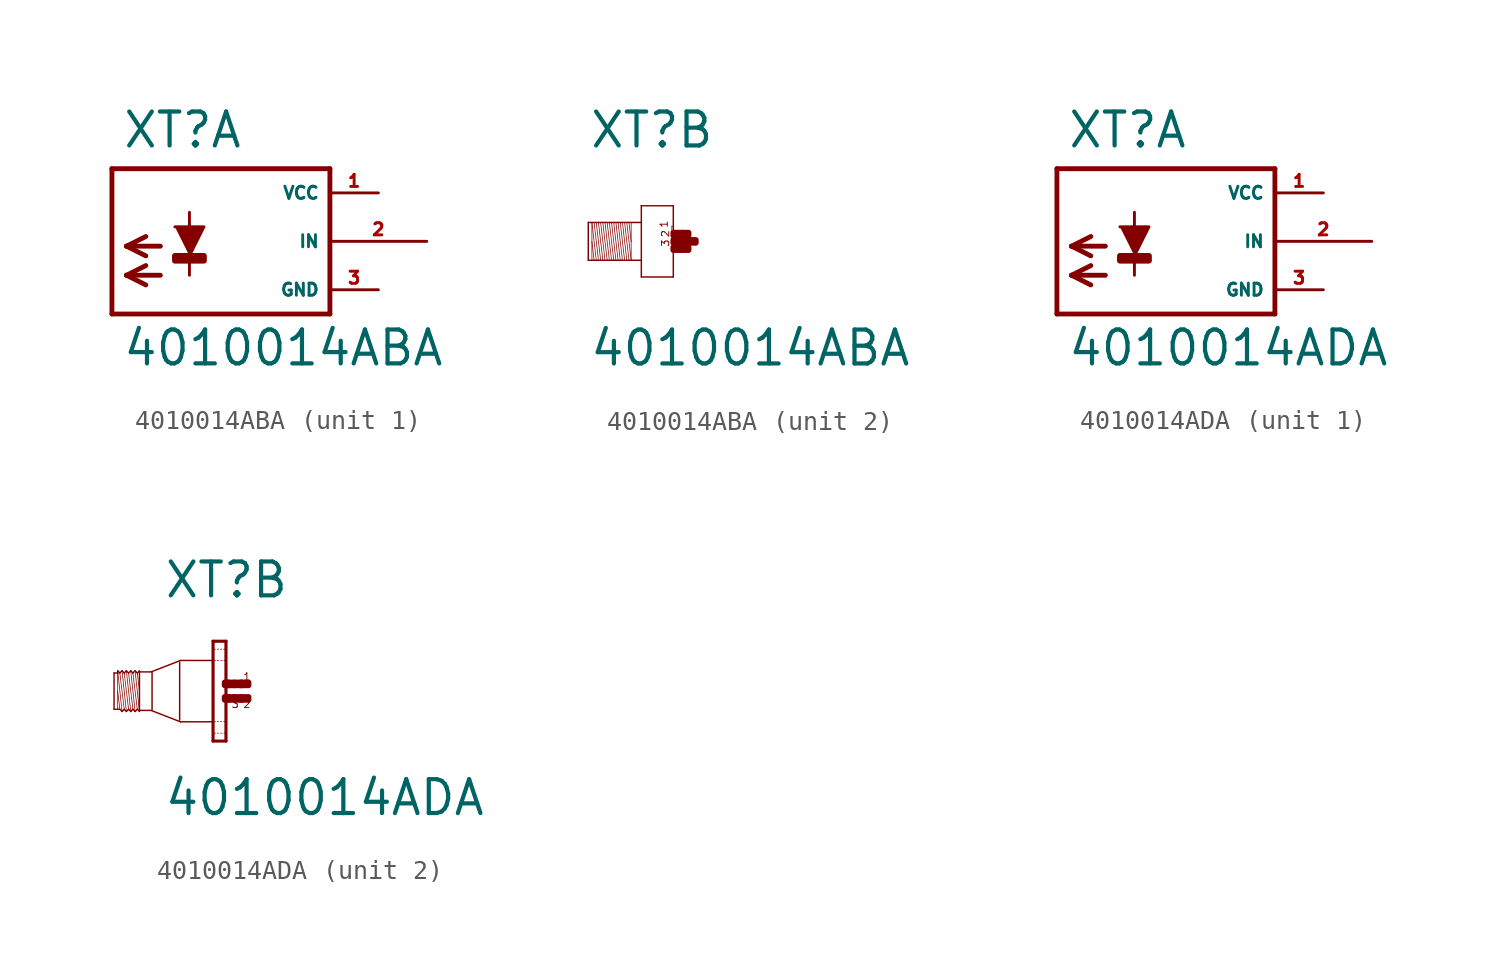
<source format=kicad_sym>
(kicad_symbol_lib
  (version 20220914)
  (generator Eagle2Kicad)
  (symbol "4010014ABA"
    (property "Reference" "XT"
      (at -3.302 4.801 0)
      (effects (font (size 1.778 1.778) (thickness 0.22)) (justify left bottom)))
    (property "Value" "4010014ABA"
      (at -3.302 -6.629 0)
      (effects (font (size 1.778 1.778) (thickness 0.22)) (justify left bottom)))
    (symbol "4010014ABA_1_0"
      (polyline (pts (xy 0.254 -0.762) (xy 1.016 0.762) (xy -0.508 0.762)) (stroke (width 0.152) (type default)) (fill (type outline)))
      (polyline (pts (xy -1.27 -0.254) (xy -3.048 -0.254)) (stroke (width 0.254) (type default)) (fill (type none)))
      (polyline (pts (xy -3.048 -0.254) (xy -2.032 -0.762)) (stroke (width 0.254) (type default)) (fill (type none)))
      (polyline (pts (xy -3.048 -0.254) (xy -2.032 0.254)) (stroke (width 0.254) (type default)) (fill (type none)))
      (polyline (pts (xy -1.27 -1.778) (xy -3.048 -1.778)) (stroke (width 0.254) (type default)) (fill (type none)))
      (polyline (pts (xy -3.048 -1.778) (xy -2.032 -2.286)) (stroke (width 0.254) (type default)) (fill (type none)))
      (polyline (pts (xy -3.048 -1.778) (xy -2.032 -1.27)) (stroke (width 0.254) (type default)) (fill (type none)))
      (polyline (pts (xy 0.254 -1.778) (xy 0.254 1.524)) (stroke (width 0.152) (type default)) (fill (type none)))
      (polyline (pts (xy 7.62 3.81) (xy -3.81 3.81)) (stroke (width 0.254) (type default)) (fill (type none)))
      (polyline (pts (xy -3.81 3.81) (xy -3.81 -3.81)) (stroke (width 0.254) (type default)) (fill (type none)))
      (polyline (pts (xy -3.81 -3.81) (xy 7.62 -3.81)) (stroke (width 0.254) (type default)) (fill (type none)))
      (polyline (pts (xy 7.62 -3.81) (xy 7.62 3.81)) (stroke (width 0.254) (type default)) (fill (type none)))
      (rectangle (start -0.508 -1.016) (end 1.016 -0.762) (stroke (width 0.3) (type default)) (fill (type outline)))
      (pin unspecified line (at 10.16 2.54 180) (length 2.54) (name "VCC" (effects (font (size 0.635 0.635) (thickness 0.08)) (justify left bottom))) (number "1" (effects (font (size 0.635 0.635) (thickness 0.08)) (justify left bottom))))
      (pin unspecified line (at 10.16 -2.54 180) (length 2.54) (name "GND" (effects (font (size 0.635 0.635) (thickness 0.08)) (justify left bottom))) (number "3" (effects (font (size 0.635 0.635) (thickness 0.08)) (justify left bottom))))
      (pin input line (at 12.7 0 180) (length 5.08) (name "IN" (effects (font (size 0.635 0.635) (thickness 0.08)) (justify left bottom))) (number "2" (effects (font (size 0.635 0.635) (thickness 0.08)) (justify left bottom)))))
    (symbol "4010014ABA_2_0"
      (polyline (pts (xy -1.067 0.953) (xy -1.067 0)) (stroke (width 0.038) (type default)) (fill (type none)))
      (polyline (pts (xy -1.067 0) (xy -1.067 -0.991)) (stroke (width 0.038) (type default)) (fill (type none)))
      (polyline (pts (xy -1.067 -0.991) (xy -1.295 0.991)) (stroke (width 0.038) (type default)) (fill (type none)))
      (polyline (pts (xy -1.181 0.991) (xy -1.067 0)) (stroke (width 0.038) (type default)) (fill (type none)))
      (polyline (pts (xy -1.181 -0.991) (xy -1.41 0.991)) (stroke (width 0.038) (type default)) (fill (type none)))
      (polyline (pts (xy -1.295 -0.991) (xy -1.524 0.991)) (stroke (width 0.038) (type default)) (fill (type none)))
      (polyline (pts (xy -1.41 -0.991) (xy -1.638 0.991)) (stroke (width 0.038) (type default)) (fill (type none)))
      (polyline (pts (xy -1.524 -0.991) (xy -1.753 0.991)) (stroke (width 0.038) (type default)) (fill (type none)))
      (polyline (pts (xy -1.638 -0.991) (xy -1.867 0.991)) (stroke (width 0.038) (type default)) (fill (type none)))
      (polyline (pts (xy -1.753 -0.991) (xy -1.981 0.991)) (stroke (width 0.038) (type default)) (fill (type none)))
      (polyline (pts (xy -1.867 -0.991) (xy -2.095 0.991)) (stroke (width 0.038) (type default)) (fill (type none)))
      (polyline (pts (xy -1.981 -0.991) (xy -2.21 0.991)) (stroke (width 0.038) (type default)) (fill (type none)))
      (polyline (pts (xy -2.095 -0.991) (xy -2.324 0.991)) (stroke (width 0.038) (type default)) (fill (type none)))
      (polyline (pts (xy -2.21 -0.991) (xy -2.438 0.991)) (stroke (width 0.038) (type default)) (fill (type none)))
      (polyline (pts (xy -2.324 -0.991) (xy -2.553 0.991)) (stroke (width 0.038) (type default)) (fill (type none)))
      (polyline (pts (xy -2.438 -0.991) (xy -2.667 0.991)) (stroke (width 0.038) (type default)) (fill (type none)))
      (polyline (pts (xy -2.553 -0.991) (xy -2.781 0.991)) (stroke (width 0.038) (type default)) (fill (type none)))
      (polyline (pts (xy -2.667 -0.991) (xy -2.896 0.991)) (stroke (width 0.038) (type default)) (fill (type none)))
      (polyline (pts (xy -2.781 -0.991) (xy -3.01 0.991)) (stroke (width 0.038) (type default)) (fill (type none)))
      (polyline (pts (xy -2.896 -0.991) (xy -3.124 0.991)) (stroke (width 0.038) (type default)) (fill (type none)))
      (polyline (pts (xy -3.124 0) (xy -3.01 -0.991)) (stroke (width 0.038) (type default)) (fill (type none)))
      (polyline (pts (xy -3.124 0.953) (xy -3.124 -0.953)) (stroke (width 0.038) (type default)) (fill (type none)))
      (polyline (pts (xy -3.315 -0.991) (xy -3.315 0.991)) (stroke (width 0.076) (type default)) (fill (type none)))
      (polyline (pts (xy -3.315 0.991) (xy -0.533 0.991)) (stroke (width 0.076) (type default)) (fill (type none)))
      (polyline (pts (xy -0.533 -0.991) (xy -3.315 -0.991)) (stroke (width 0.076) (type default)) (fill (type none)))
      (polyline (pts (xy -0.533 1.867) (xy -0.533 -1.867)) (stroke (width 0.076) (type default)) (fill (type none)))
      (polyline (pts (xy -0.533 -1.867) (xy 1.143 -1.867)) (stroke (width 0.076) (type default)) (fill (type none)))
      (polyline (pts (xy 1.143 -1.867) (xy 1.143 1.867)) (stroke (width 0.076) (type default)) (fill (type none)))
      (polyline (pts (xy 1.143 1.867) (xy -0.533 1.867)) (stroke (width 0.076) (type default)) (fill (type none)))
      (polyline (pts (xy 1.067 0.8) (xy 1.105 0.8)) (stroke (width 0.038) (type default)) (fill (type none)))
      (polyline (pts (xy 1.105 0.495) (xy 1.067 0.495)) (stroke (width 0.038) (type default)) (fill (type none)))
      (polyline (pts (xy 1.067 0.495) (xy 1.067 0.8)) (stroke (width 0.038) (type default)) (fill (type none)))
      (text "1" (at 0.876 0.686 1800) (effects (font (size 0.381 0.381) (thickness 0.05)) (justify left bottom)))
      (text "2" (at 0.953 0.191 1800) (effects (font (size 0.381 0.381) (thickness 0.05)) (justify left bottom)))
      (text "3" (at 0.953 -0.305 1800) (effects (font (size 0.381 0.381) (thickness 0.05)) (justify left bottom)))
      (rectangle (start 1.143 -0.457) (end 1.638 -0.305) (stroke (width 0.3) (type default)) (fill (type outline)))
      (rectangle (start 1.143 -0.076) (end 2.019 0.076) (stroke (width 0.3) (type default)) (fill (type outline)))
      (rectangle (start 1.6 -0.457) (end 1.943 -0.305) (stroke (width 0.3) (type default)) (fill (type outline)))
      (rectangle (start 1.981 -0.076) (end 2.324 0.076) (stroke (width 0.3) (type default)) (fill (type outline)))
      (rectangle (start 1.6 0.305) (end 1.943 0.457) (stroke (width 0.3) (type default)) (fill (type outline)))
      (rectangle (start 1.143 0.305) (end 1.638 0.457) (stroke (width 0.3) (type default)) (fill (type outline)))))
  (symbol "4010014ADA"
    (property "Reference" "XT"
      (at -3.302 4.801 0)
      (effects (font (size 1.778 1.778) (thickness 0.22)) (justify left bottom)))
    (property "Value" "4010014ADA"
      (at -3.302 -6.629 0)
      (effects (font (size 1.778 1.778) (thickness 0.22)) (justify left bottom)))
    (symbol "4010014ADA_1_0"
      (polyline (pts (xy 0.254 -0.762) (xy 1.016 0.762) (xy -0.508 0.762)) (stroke (width 0.152) (type default)) (fill (type outline)))
      (polyline (pts (xy -1.27 -0.254) (xy -3.048 -0.254)) (stroke (width 0.254) (type default)) (fill (type none)))
      (polyline (pts (xy -3.048 -0.254) (xy -2.032 -0.762)) (stroke (width 0.254) (type default)) (fill (type none)))
      (polyline (pts (xy -3.048 -0.254) (xy -2.032 0.254)) (stroke (width 0.254) (type default)) (fill (type none)))
      (polyline (pts (xy -1.27 -1.778) (xy -3.048 -1.778)) (stroke (width 0.254) (type default)) (fill (type none)))
      (polyline (pts (xy -3.048 -1.778) (xy -2.032 -2.286)) (stroke (width 0.254) (type default)) (fill (type none)))
      (polyline (pts (xy -3.048 -1.778) (xy -2.032 -1.27)) (stroke (width 0.254) (type default)) (fill (type none)))
      (polyline (pts (xy 0.254 -1.778) (xy 0.254 1.524)) (stroke (width 0.152) (type default)) (fill (type none)))
      (polyline (pts (xy 7.62 3.81) (xy -3.81 3.81)) (stroke (width 0.254) (type default)) (fill (type none)))
      (polyline (pts (xy -3.81 3.81) (xy -3.81 -3.81)) (stroke (width 0.254) (type default)) (fill (type none)))
      (polyline (pts (xy -3.81 -3.81) (xy 7.62 -3.81)) (stroke (width 0.254) (type default)) (fill (type none)))
      (polyline (pts (xy 7.62 -3.81) (xy 7.62 3.81)) (stroke (width 0.254) (type default)) (fill (type none)))
      (rectangle (start -0.508 -1.016) (end 1.016 -0.762) (stroke (width 0.3) (type default)) (fill (type outline)))
      (pin unspecified line (at 10.16 2.54 180) (length 2.54) (name "VCC" (effects (font (size 0.635 0.635) (thickness 0.08)) (justify left bottom))) (number "1" (effects (font (size 0.635 0.635) (thickness 0.08)) (justify left bottom))))
      (pin unspecified line (at 10.16 -2.54 180) (length 2.54) (name "GND" (effects (font (size 0.635 0.635) (thickness 0.08)) (justify left bottom))) (number "3" (effects (font (size 0.635 0.635) (thickness 0.08)) (justify left bottom))))
      (pin input line (at 12.7 0 180) (length 5.08) (name "IN" (effects (font (size 0.635 0.635) (thickness 0.08)) (justify left bottom))) (number "2" (effects (font (size 0.635 0.635) (thickness 0.08)) (justify left bottom)))))
    (symbol "4010014ADA_2_0"
      (polyline (pts (xy -4.548 -1.067) (xy -4.777 1.067)) (stroke (width 0.038) (type default)) (fill (type none)))
      (polyline (pts (xy -4.662 0.953) (xy -4.548 0)) (stroke (width 0.038) (type default)) (fill (type none)))
      (polyline (pts (xy -4.662 -0.953) (xy -4.891 0.953)) (stroke (width 0.038) (type default)) (fill (type none)))
      (polyline (pts (xy -4.777 -1.067) (xy -5.005 1.067)) (stroke (width 0.038) (type default)) (fill (type none)))
      (polyline (pts (xy -4.891 -0.953) (xy -5.12 0.953)) (stroke (width 0.038) (type default)) (fill (type none)))
      (polyline (pts (xy -5.005 -1.067) (xy -5.234 1.067)) (stroke (width 0.038) (type default)) (fill (type none)))
      (polyline (pts (xy -5.12 -0.953) (xy -5.348 0.953)) (stroke (width 0.038) (type default)) (fill (type none)))
      (polyline (pts (xy -5.234 -1.067) (xy -5.463 1.067)) (stroke (width 0.038) (type default)) (fill (type none)))
      (polyline (pts (xy -5.348 -0.953) (xy -5.577 0.953)) (stroke (width 0.038) (type default)) (fill (type none)))
      (polyline (pts (xy -5.463 -1.067) (xy -5.691 1.067)) (stroke (width 0.038) (type default)) (fill (type none)))
      (polyline (pts (xy -5.691 0) (xy -5.577 -0.953)) (stroke (width 0.038) (type default)) (fill (type none)))
      (polyline (pts (xy -5.691 1.029) (xy -5.691 0.953)) (stroke (width 0.038) (type default)) (fill (type none)))
      (polyline (pts (xy -5.691 0.953) (xy -5.691 -0.953)) (stroke (width 0.038) (type default)) (fill (type none)))
      (polyline (pts (xy -5.882 -0.953) (xy -5.882 0.953)) (stroke (width 0.076) (type default)) (fill (type none)))
      (polyline (pts (xy -5.882 0.953) (xy -5.691 0.953)) (stroke (width 0.076) (type default)) (fill (type none)))
      (polyline (pts (xy -5.691 0.953) (xy -5.691 1.067)) (stroke (width 0.076) (type default)) (fill (type none)))
      (polyline (pts (xy -5.691 1.067) (xy -5.577 0.953)) (stroke (width 0.076) (type default)) (fill (type none)))
      (polyline (pts (xy -5.577 0.953) (xy -5.463 1.067)) (stroke (width 0.076) (type default)) (fill (type none)))
      (polyline (pts (xy -5.463 1.067) (xy -5.348 0.953)) (stroke (width 0.076) (type default)) (fill (type none)))
      (polyline (pts (xy -5.348 0.953) (xy -5.234 1.067)) (stroke (width 0.076) (type default)) (fill (type none)))
      (polyline (pts (xy -5.234 1.067) (xy -5.12 0.953)) (stroke (width 0.076) (type default)) (fill (type none)))
      (polyline (pts (xy -5.12 0.953) (xy -5.005 1.067)) (stroke (width 0.076) (type default)) (fill (type none)))
      (polyline (pts (xy -4.777 1.067) (xy -4.662 0.953)) (stroke (width 0.076) (type default)) (fill (type none)))
      (polyline (pts (xy -4.662 0.953) (xy -4.548 1.067)) (stroke (width 0.076) (type default)) (fill (type none)))
      (polyline (pts (xy -4.548 -1.067) (xy -4.662 -0.953)) (stroke (width 0.076) (type default)) (fill (type none)))
      (polyline (pts (xy -4.662 -0.953) (xy -4.777 -1.067)) (stroke (width 0.076) (type default)) (fill (type none)))
      (polyline (pts (xy -4.777 -1.067) (xy -4.891 -0.953)) (stroke (width 0.076) (type default)) (fill (type none)))
      (polyline (pts (xy -4.891 -0.953) (xy -5.005 -1.067)) (stroke (width 0.076) (type default)) (fill (type none)))
      (polyline (pts (xy -5.005 -1.067) (xy -5.12 -0.953)) (stroke (width 0.076) (type default)) (fill (type none)))
      (polyline (pts (xy -5.12 -0.953) (xy -5.234 -1.067)) (stroke (width 0.076) (type default)) (fill (type none)))
      (polyline (pts (xy -5.234 -1.067) (xy -5.348 -0.953)) (stroke (width 0.076) (type default)) (fill (type none)))
      (polyline (pts (xy -5.348 -0.953) (xy -5.463 -1.067)) (stroke (width 0.076) (type default)) (fill (type none)))
      (polyline (pts (xy -5.463 -1.067) (xy -5.577 -0.953)) (stroke (width 0.076) (type default)) (fill (type none)))
      (polyline (pts (xy -5.577 -0.953) (xy -5.691 -0.953)) (stroke (width 0.076) (type default)) (fill (type none)))
      (polyline (pts (xy -5.691 -0.953) (xy -5.882 -0.953)) (stroke (width 0.076) (type default)) (fill (type none)))
      (polyline (pts (xy -4.548 1.029) (xy -4.548 1.01)) (stroke (width 0.076) (type default)) (fill (type none)))
      (polyline (pts (xy -4.548 1.01) (xy -4.548 -1.01)) (stroke (width 0.076) (type default)) (fill (type none)))
      (polyline (pts (xy -4.548 -1.01) (xy -4.548 -1.029)) (stroke (width 0.076) (type default)) (fill (type none)))
      (polyline (pts (xy -0.038 2.594) (xy -0.038 -2.594)) (stroke (width 0.076) (type default)) (fill (type none)))
      (polyline (pts (xy -0.038 -2.594) (xy -0.655 -2.594)) (stroke (width 0.076) (type default)) (fill (type none)))
      (polyline (pts (xy -0.655 -2.594) (xy -0.655 2.594)) (stroke (width 0.076) (type default)) (fill (type none)))
      (polyline (pts (xy -0.655 2.594) (xy -0.038 2.594)) (stroke (width 0.076) (type default)) (fill (type none)))
      (polyline (pts (xy -0.699 1.61) (xy -2.4 1.61)) (stroke (width 0.076) (type default)) (fill (type none)))
      (polyline (pts (xy -2.4 1.61) (xy -3.938 1.012)) (stroke (width 0.076) (type default)) (fill (type none)))
      (polyline (pts (xy -0.669 -1.61) (xy -2.4 -1.61)) (stroke (width 0.076) (type default)) (fill (type none)))
      (polyline (pts (xy -2.4 -1.61) (xy -3.938 -1.012)) (stroke (width 0.076) (type default)) (fill (type none)))
      (polyline (pts (xy -3.938 -1.01) (xy -4.548 -1.01)) (stroke (width 0.076) (type default)) (fill (type none)))
      (polyline (pts (xy -4.548 1.01) (xy -3.938 1.01)) (stroke (width 0.076) (type default)) (fill (type none)))
      (polyline (pts (xy -4.777 1.067) (xy -4.891 0.953)) (stroke (width 0.076) (type default)) (fill (type none)))
      (polyline (pts (xy -4.891 0.953) (xy -5.005 1.067)) (stroke (width 0.076) (type default)) (fill (type none)))
      (polyline (pts (xy 0 -2.625) (xy -0.69 -2.625)) (stroke (width 0) (type default)) (fill (type none)))
      (polyline (pts (xy 0 -2.625) (xy 0 2.625)) (stroke (width 0) (type default)) (fill (type none)))
      (polyline (pts (xy 0 2.625) (xy -0.69 2.625)) (stroke (width 0) (type default)) (fill (type none)))
      (polyline (pts (xy -0.69 2.625) (xy -0.69 -2.625)) (stroke (width 0) (type default)) (fill (type none)))
      (polyline (pts (xy -0.039 -1.605) (xy -0.135 -1.605)) (stroke (width 0.038) (type default)) (fill (type none)))
      (polyline (pts (xy -0.225 -1.605) (xy -0.3 -1.605)) (stroke (width 0.038) (type default)) (fill (type none)))
      (polyline (pts (xy -0.39 -1.605) (xy -0.465 -1.605)) (stroke (width 0.038) (type default)) (fill (type none)))
      (polyline (pts (xy -0.555 -1.605) (xy -0.633 -1.605)) (stroke (width 0.038) (type default)) (fill (type none)))
      (polyline (pts (xy -0.039 -2.205) (xy -0.12 -2.205)) (stroke (width 0.038) (type default)) (fill (type none)))
      (polyline (pts (xy -0.21 -2.205) (xy -0.285 -2.205)) (stroke (width 0.038) (type default)) (fill (type none)))
      (polyline (pts (xy -0.39 -2.205) (xy -0.465 -2.205)) (stroke (width 0.038) (type default)) (fill (type none)))
      (polyline (pts (xy -0.555 -2.205) (xy -0.633 -2.205)) (stroke (width 0.038) (type default)) (fill (type none)))
      (polyline (pts (xy -0.039 2.205) (xy -0.135 2.205)) (stroke (width 0.038) (type default)) (fill (type none)))
      (polyline (pts (xy -0.225 2.205) (xy -0.3 2.205)) (stroke (width 0.038) (type default)) (fill (type none)))
      (polyline (pts (xy -0.39 2.205) (xy -0.465 2.205)) (stroke (width 0.038) (type default)) (fill (type none)))
      (polyline (pts (xy -0.555 2.205) (xy -0.633 2.205)) (stroke (width 0.038) (type default)) (fill (type none)))
      (polyline (pts (xy -0.039 1.605) (xy -0.12 1.605)) (stroke (width 0.038) (type default)) (fill (type none)))
      (polyline (pts (xy -0.21 1.605) (xy -0.285 1.605)) (stroke (width 0.038) (type default)) (fill (type none)))
      (polyline (pts (xy -0.39 1.605) (xy -0.465 1.605)) (stroke (width 0.038) (type default)) (fill (type none)))
      (polyline (pts (xy -0.555 1.605) (xy -0.633 1.605)) (stroke (width 0.038) (type default)) (fill (type none)))
      (polyline (pts (xy -3.886 0.991) (xy -3.886 -0.991)) (stroke (width 0.076) (type default)) (fill (type none)))
      (polyline (pts (xy -2.438 1.524) (xy -2.438 -1.524)) (stroke (width 0.076) (type default)) (fill (type none)))
      (text "1" (at 0.876 0.533 0) (effects (font (size 0.381 0.381) (thickness 0.05)) (justify left bottom)))
      (text "3" (at 0.267 -0.914 0) (effects (font (size 0.381 0.381) (thickness 0.05)) (justify left bottom)))
      (text "2" (at 0.876 -0.914 0) (effects (font (size 0.381 0.381) (thickness 0.05)) (justify left bottom)))
      (rectangle (start 0.838 -0.457) (end 1.181 -0.305) (stroke (width 0.3) (type default)) (fill (type outline)))
      (rectangle (start 0.419 -0.457) (end 0.762 -0.305) (stroke (width 0.3) (type default)) (fill (type outline)))
      (rectangle (start 0.076 -0.457) (end 0.419 -0.305) (stroke (width 0.3) (type default)) (fill (type outline)))
      (rectangle (start -0.076 -0.457) (end 0.152 -0.305) (stroke (width 0.3) (type default)) (fill (type outline)))
      (rectangle (start 0.762 -0.457) (end 0.838 -0.305) (stroke (width 0.3) (type default)) (fill (type outline)))
      (rectangle (start 0.838 0.305) (end 1.181 0.457) (stroke (width 0.3) (type default)) (fill (type outline)))
      (rectangle (start 0.762 0.305) (end 0.838 0.457) (stroke (width 0.3) (type default)) (fill (type outline)))
      (rectangle (start 0.419 0.305) (end 0.762 0.457) (stroke (width 0.3) (type default)) (fill (type outline)))
      (rectangle (start 0.076 0.305) (end 0.419 0.457) (stroke (width 0.3) (type default)) (fill (type outline)))
      (rectangle (start -0.076 0.305) (end 0.152 0.457) (stroke (width 0.3) (type default)) (fill (type outline))))))
</source>
